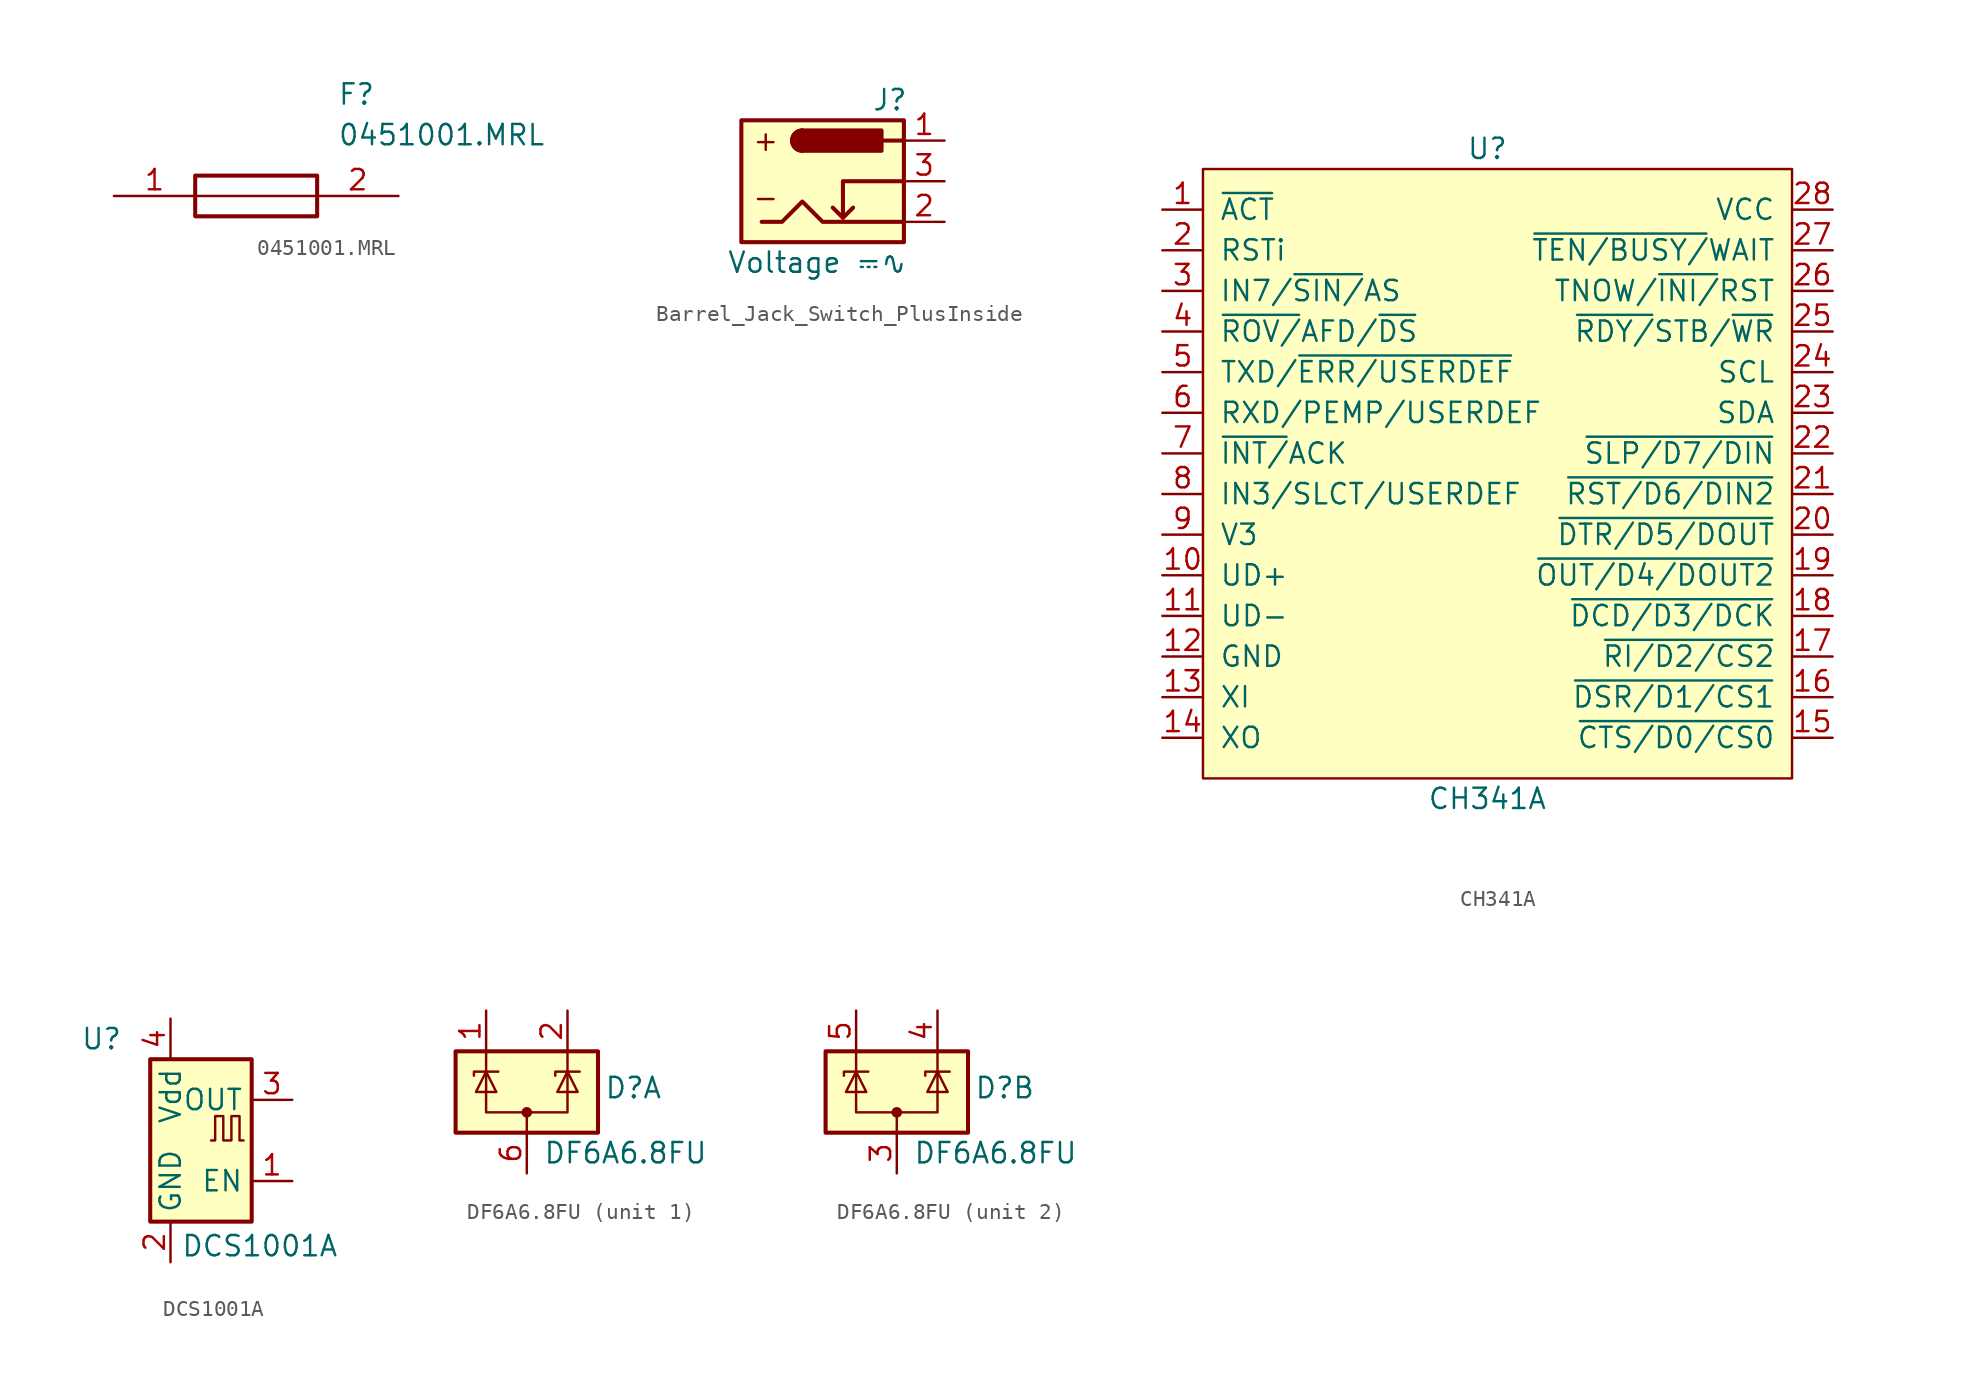
<source format=kicad_sym>
(kicad_symbol_lib
  (version 20241209)
  (generator "kicad_symbol_editor")
  (generator_version "9.0")
  (symbol "0451001.MRL"
    (pin_names
      (offset 0.762))
    (property "Reference" "F"
      (at 13.97 6.35 0)
      (effects (font (size 1.27 1.27)) (justify left)))
    (property "Value" "0451001.MRL"
      (at 13.97 3.81 0)
      (effects (font (size 1.27 1.27)) (justify left)))
    (symbol "0451001.MRL_0_0"
      (pin passive line (at 0 0 0) (length 5.08) (name "~" (effects (font (size 1.27 1.27)))) (number "1" (effects (font (size 1.27 1.27)))))
      (pin passive line (at 17.78 0 180) (length 5.08) (name "~" (effects (font (size 1.27 1.27)))) (number "2" (effects (font (size 1.27 1.27))))))
    (symbol "0451001.MRL_0_1"
      (polyline (pts (xy 5.08 0) (xy 12.7 0)) (stroke (width 0.152) (type solid)) (fill (type none))))
    (symbol "0451001.MRL_1_1"
      (polyline (pts (xy 5.08 1.27) (xy 12.7 1.27) (xy 12.7 -1.27) (xy 5.08 -1.27) (xy 5.08 1.27)) (stroke (width 0.254) (type solid)) (fill (type none)))))
  (symbol "Barrel_Jack_Switch_PlusInside"
    (pin_names
      (hide yes))
    (property "Reference" "J"
      (at 5.334 5.08 0)
      (effects (font (size 1.27 1.27)) (justify right)))
    (property "Value" "Voltage ⎓∿"
      (at 5.334 -5.08 0)
      (effects (font (size 1.27 1.27)) (justify right)))
    (symbol "Barrel_Jack_Switch_PlusInside_0_1"
      (rectangle (start -5.08 3.81) (end 5.08 -3.81) (stroke (width 0.254) (type default)) (fill (type background)))
      (polyline (pts (xy -3.81 -2.54) (xy -2.54 -2.54) (xy -1.27 -1.27) (xy 0 -2.54) (xy 2.54 -2.54) (xy 5.08 -2.54)) (stroke (width 0.254) (type default)) (fill (type none)))
      (rectangle (start -1.27 3.175) (end 3.683 1.905) (stroke (width 0.254) (type default)) (fill (type outline)))
      (arc (start -1.2727 1.905) (mid -1.905 2.54) (end -1.2727 3.175) (stroke (width 0.254) (type default)) (fill (type none)))
      (arc (start -1.2727 1.905) (mid -1.905 2.54) (end -1.2727 3.175) (stroke (width 0.254) (type default)) (fill (type outline)))
      (polyline (pts (xy 1.27 -2.286) (xy 1.905 -1.651)) (stroke (width 0.254) (type default)) (fill (type none)))
      (polyline (pts (xy 5.08 2.54) (xy 3.81 2.54)) (stroke (width 0.254) (type default)) (fill (type none)))
      (polyline (pts (xy 5.08 0) (xy 1.27 0) (xy 1.27 -2.286) (xy 0.635 -1.651)) (stroke (width 0.254) (type default)) (fill (type none))))
    (symbol "Barrel_Jack_Switch_PlusInside_1_1"
      (text "+" (at -3.556 2.54 0) (effects (font (size 1.27 1.27))))
      (text "-" (at -3.556 -1.016 0) (effects (font (size 1.27 1.27))))
      (pin passive line (at 7.62 2.54 180) (length 2.54) (name "~" (effects (font (size 1.27 1.27)))) (number "1" (effects (font (size 1.27 1.27)))))
      (pin passive line (at 7.62 0 180) (length 2.54) (name "~" (effects (font (size 1.27 1.27)))) (number "3" (effects (font (size 1.27 1.27)))))
      (pin passive line (at 7.62 -2.54 180) (length 2.54) (name "~" (effects (font (size 1.27 1.27)))) (number "2" (effects (font (size 1.27 1.27)))))))
  (symbol "CH341A"
    (pin_names
      (offset 1.016))
    (property "Reference" "U"
      (at 0 20.32 0)
      (effects (font (size 1.27 1.27))))
    (property "Value" "CH341A"
      (at 0 -20.32 0)
      (effects (font (size 1.27 1.27))))
    (symbol "CH341A_1_1"
      (rectangle (start -17.78 19.05) (end 19.05 -19.05) (stroke (width 0) (type solid)) (fill (type background)))
      (pin output line (at -20.32 16.51 0) (length 2.54) (name "~{ACT}" (effects (font (size 1.27 1.27)))) (number "1" (effects (font (size 1.27 1.27)))))
      (pin input line (at -20.32 13.97 0) (length 2.54) (name "RSTi" (effects (font (size 1.27 1.27)))) (number "2" (effects (font (size 1.27 1.27)))))
      (pin input line (at -20.32 11.43 0) (length 2.54) (name "IN7/~{SIN/}AS" (effects (font (size 1.27 1.27)))) (number "3" (effects (font (size 1.27 1.27)))))
      (pin tri_state line (at -20.32 8.89 0) (length 2.54) (name "~{ROV/}AFD/~{DS}" (effects (font (size 1.27 1.27)))) (number "4" (effects (font (size 1.27 1.27)))))
      (pin output line (at -20.32 6.35 0) (length 2.54) (name "TXD/~{ERR/USERDEF}" (effects (font (size 1.27 1.27)))) (number "5" (effects (font (size 1.27 1.27)))))
      (pin input line (at -20.32 3.81 0) (length 2.54) (name "RXD/PEMP/USERDEF" (effects (font (size 1.27 1.27)))) (number "6" (effects (font (size 1.27 1.27)))))
      (pin input line (at -20.32 1.27 0) (length 2.54) (name "~{INT/}ACK" (effects (font (size 1.27 1.27)))) (number "7" (effects (font (size 1.27 1.27)))))
      (pin input line (at -20.32 -1.27 0) (length 2.54) (name "IN3/SLCT/USERDEF" (effects (font (size 1.27 1.27)))) (number "8" (effects (font (size 1.27 1.27)))))
      (pin power_in line (at -20.32 -3.81 0) (length 2.54) (name "V3" (effects (font (size 1.27 1.27)))) (number "9" (effects (font (size 1.27 1.27)))))
      (pin bidirectional line (at -20.32 -6.35 0) (length 2.54) (name "UD+" (effects (font (size 1.27 1.27)))) (number "10" (effects (font (size 1.27 1.27)))))
      (pin bidirectional line (at -20.32 -8.89 0) (length 2.54) (name "UD-" (effects (font (size 1.27 1.27)))) (number "11" (effects (font (size 1.27 1.27)))))
      (pin passive line (at -20.32 -11.43 0) (length 2.54) (name "GND" (effects (font (size 1.27 1.27)))) (number "12" (effects (font (size 1.27 1.27)))))
      (pin input line (at -20.32 -13.97 0) (length 2.54) (name "XI" (effects (font (size 1.27 1.27)))) (number "13" (effects (font (size 1.27 1.27)))))
      (pin output line (at -20.32 -16.51 0) (length 2.54) (name "XO" (effects (font (size 1.27 1.27)))) (number "14" (effects (font (size 1.27 1.27)))))
      (pin passive line (at 21.59 16.51 180) (length 2.54) (name "VCC" (effects (font (size 1.27 1.27)))) (number "28" (effects (font (size 1.27 1.27)))))
      (pin input line (at 21.59 13.97 180) (length 2.54) (name "~{TEN/BUSY/}WAIT" (effects (font (size 1.27 1.27)))) (number "27" (effects (font (size 1.27 1.27)))))
      (pin output line (at 21.59 11.43 180) (length 2.54) (name "TNOW/~{INI/}RST" (effects (font (size 1.27 1.27)))) (number "26" (effects (font (size 1.27 1.27)))))
      (pin output line (at 21.59 8.89 180) (length 2.54) (name "~{RDY/}STB/~{WR}" (effects (font (size 1.27 1.27)))) (number "25" (effects (font (size 1.27 1.27)))))
      (pin open_collector line (at 21.59 6.35 180) (length 2.54) (name "SCL" (effects (font (size 1.27 1.27)))) (number "24" (effects (font (size 1.27 1.27)))))
      (pin bidirectional line (at 21.59 3.81 180) (length 2.54) (name "SDA" (effects (font (size 1.27 1.27)))) (number "23" (effects (font (size 1.27 1.27)))))
      (pin tri_state line (at 21.59 1.27 180) (length 2.54) (name "~{SLP/D7/DIN}" (effects (font (size 1.27 1.27)))) (number "22" (effects (font (size 1.27 1.27)))))
      (pin tri_state line (at 21.59 -1.27 180) (length 2.54) (name "~{RST/D6/DIN2}" (effects (font (size 1.27 1.27)))) (number "21" (effects (font (size 1.27 1.27)))))
      (pin tri_state line (at 21.59 -3.81 180) (length 2.54) (name "~{DTR/D5/DOUT}" (effects (font (size 1.27 1.27)))) (number "20" (effects (font (size 1.27 1.27)))))
      (pin tri_state line (at 21.59 -6.35 180) (length 2.54) (name "~{OUT/D4/DOUT2}" (effects (font (size 1.27 1.27)))) (number "19" (effects (font (size 1.27 1.27)))))
      (pin input line (at 21.59 -8.89 180) (length 2.54) (name "~{DCD/D3/DCK}" (effects (font (size 1.27 1.27)))) (number "18" (effects (font (size 1.27 1.27)))))
      (pin input line (at 21.59 -11.43 180) (length 2.54) (name "~{RI/D2/CS2}" (effects (font (size 1.27 1.27)))) (number "17" (effects (font (size 1.27 1.27)))))
      (pin input line (at 21.59 -13.97 180) (length 2.54) (name "~{DSR/D1/CS1}" (effects (font (size 1.27 1.27)))) (number "16" (effects (font (size 1.27 1.27)))))
      (pin input line (at 21.59 -16.51 180) (length 2.54) (name "~{CTS/D0/CS0}" (effects (font (size 1.27 1.27)))) (number "15" (effects (font (size 1.27 1.27)))))))
  (symbol "DCS1001A"
    (property "Reference" "U"
      (at -4.318 6.35 0)
      (effects (font (size 1.27 1.27))))
    (property "Value" "DCS1001A"
      (at 5.588 -6.604 0)
      (effects (font (size 1.27 1.27))))
    (symbol "DCS1001A_0_1"
      (rectangle (start -1.27 5.08) (end 5.08 -5.08) (stroke (width 0.254) (type default)) (fill (type background)))
      (polyline (pts (xy 2.54 0) (xy 2.794 0) (xy 2.794 1.524) (xy 3.302 1.524) (xy 3.302 0) (xy 3.81 0) (xy 3.81 1.524) (xy 4.318 1.524) (xy 4.318 0) (xy 4.572 0)) (stroke (width 0) (type default)) (fill (type none))))
    (symbol "DCS1001A_1_1"
      (pin passive line (at 0 7.62 270) (length 2.54) (name "Vdd" (effects (font (size 1.27 1.27)))) (number "4" (effects (font (size 1.27 1.27)))))
      (pin passive line (at 0 -7.62 90) (length 2.54) (name "GND" (effects (font (size 1.27 1.27)))) (number "2" (effects (font (size 1.27 1.27)))))
      (pin output line (at 7.62 2.54 180) (length 2.54) (name "OUT" (effects (font (size 1.27 1.27)))) (number "3" (effects (font (size 1.27 1.27)))))
      (pin input line (at 7.62 -2.54 180) (length 2.54) (name "EN" (effects (font (size 1.27 1.27)))) (number "1" (effects (font (size 1.27 1.27)))))))
  (symbol "DF6A6.8FU"
    (pin_names
      (hide yes))
    (property "Reference" "D"
      (at 4.826 -2.286 0)
      (effects (font (size 1.27 1.27)) (justify left)))
    (property "Value" "DF6A6.8FU"
      (at 1.016 -6.35 0)
      (effects (font (size 1.27 1.27)) (justify left)))
    (symbol "DF6A6.8FU_0_1"
      (rectangle (start -4.445 0) (end 4.445 -5.08) (stroke (width 0.254) (type default)) (fill (type background)))
      (polyline (pts (xy -3.302 -1.524) (xy -3.302 -1.27) (xy -1.905 -1.27) (xy -1.778 -1.27)) (stroke (width 0) (type default)) (fill (type none)))
      (polyline (pts (xy -2.54 0) (xy -2.54 -1.27)) (stroke (width 0) (type default)) (fill (type none)))
      (polyline (pts (xy -2.54 -1.27) (xy -2.54 -3.81) (xy 2.54 -3.81) (xy 2.54 -1.27)) (stroke (width 0) (type default)) (fill (type none)))
      (polyline (pts (xy -2.54 -1.27) (xy -1.905 -2.54) (xy -3.175 -2.54) (xy -2.54 -1.27)) (stroke (width 0) (type default)) (fill (type none)))
      (polyline (pts (xy 0 -3.81) (xy 0 -5.08)) (stroke (width 0) (type default)) (fill (type none)))
      (circle (center 0 -3.81) (radius 0.254) (stroke (width 0) (type default)) (fill (type outline)))
      (polyline (pts (xy 1.778 -1.524) (xy 1.778 -1.27) (xy 3.175 -1.27) (xy 3.302 -1.27)) (stroke (width 0) (type default)) (fill (type none)))
      (polyline (pts (xy 2.54 0) (xy 2.54 -1.27)) (stroke (width 0) (type default)) (fill (type none)))
      (polyline (pts (xy 2.54 -1.27) (xy 1.905 -2.54) (xy 3.175 -2.54) (xy 2.54 -1.27)) (stroke (width 0) (type default)) (fill (type none))))
    (symbol "DF6A6.8FU_1_0"
      (pin passive line (at 0 -7.62 90) (length 2.54) (name "A" (effects (font (size 1.27 1.27)))) (number "6" (effects (font (size 1.27 1.27))))))
    (symbol "DF6A6.8FU_1_1"
      (pin passive line (at -2.54 2.54 270) (length 2.54) (name "K" (effects (font (size 1.27 1.27)))) (number "1" (effects (font (size 1.27 1.27)))))
      (pin passive line (at 2.54 2.54 270) (length 2.54) (name "K" (effects (font (size 1.27 1.27)))) (number "2" (effects (font (size 1.27 1.27))))))
    (symbol "DF6A6.8FU_2_0"
      (pin passive line (at 0 -7.62 90) (length 2.54) (name "A" (effects (font (size 1.27 1.27)))) (number "3" (effects (font (size 1.27 1.27))))))
    (symbol "DF6A6.8FU_2_1"
      (pin passive line (at -2.54 2.54 270) (length 2.54) (name "K" (effects (font (size 1.27 1.27)))) (number "5" (effects (font (size 1.27 1.27)))))
      (pin passive line (at 2.54 2.54 270) (length 2.54) (name "K" (effects (font (size 1.27 1.27)))) (number "4" (effects (font (size 1.27 1.27))))))))
</source>
